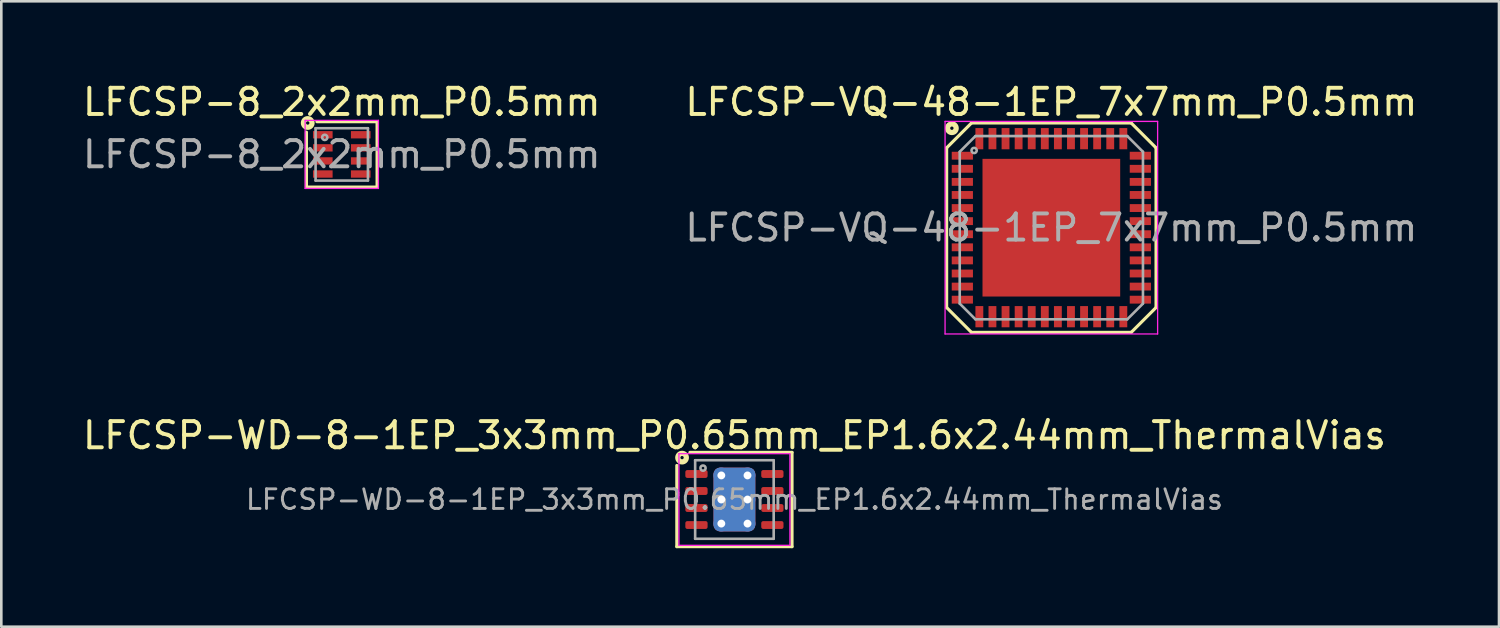
<source format=kicad_pcb>
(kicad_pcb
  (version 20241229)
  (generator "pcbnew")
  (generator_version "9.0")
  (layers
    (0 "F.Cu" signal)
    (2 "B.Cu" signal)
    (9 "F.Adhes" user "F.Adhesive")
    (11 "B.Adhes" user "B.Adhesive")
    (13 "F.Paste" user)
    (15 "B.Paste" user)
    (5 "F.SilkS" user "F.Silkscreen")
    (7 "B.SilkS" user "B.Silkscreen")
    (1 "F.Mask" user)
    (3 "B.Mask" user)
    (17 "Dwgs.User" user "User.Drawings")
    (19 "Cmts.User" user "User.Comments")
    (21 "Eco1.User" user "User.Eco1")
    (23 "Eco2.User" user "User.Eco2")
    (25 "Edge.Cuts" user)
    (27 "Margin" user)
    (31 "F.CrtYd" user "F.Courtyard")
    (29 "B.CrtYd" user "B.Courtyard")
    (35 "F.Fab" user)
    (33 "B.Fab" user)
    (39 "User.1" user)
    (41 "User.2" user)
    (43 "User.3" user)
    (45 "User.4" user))
  (footprint "LFCSP-8_2x2mm_P0.5mm"
    (layer "F.Cu")
    (at 10.006 2.848)
    (property "Reference" "LFCSP-8_2x2mm_P0.5mm" (at 0 -2 0) (layer "F.SilkS") (effects (font (size 1 1) (thickness 0.15))))
    (attr smd)
    (fp_line (start -1.35 1.25) (end -1.35 -0.85) (stroke (width 0.12) (type solid)) (layer "F.SilkS"))
    (fp_line (start -0.95 -1.25) (end 1.35 -1.25) (stroke (width 0.12) (type solid)) (layer "F.SilkS"))
    (fp_line (start 1.35 -1.25) (end 1.35 1.25) (stroke (width 0.12) (type solid)) (layer "F.SilkS"))
    (fp_line (start 1.35 1.25) (end -1.35 1.25) (stroke (width 0.12) (type solid)) (layer "F.SilkS"))
    (fp_circle (center -1.3 -1.2) (end -1.236 -1.2) (stroke (width 0.2) (type solid)) (fill no) (layer "F.SilkS"))
    (fp_line (start -1.4 -1.3) (end 1.4 -1.3) (stroke (width 0.05) (type solid)) (layer "F.CrtYd"))
    (fp_line (start -1.4 1.3) (end -1.4 -1.3) (stroke (width 0.05) (type solid)) (layer "F.CrtYd"))
    (fp_line (start 1.4 -1.3) (end 1.4 1.3) (stroke (width 0.05) (type solid)) (layer "F.CrtYd"))
    (fp_line (start 1.4 1.3) (end -1.4 1.3) (stroke (width 0.05) (type solid)) (layer "F.CrtYd"))
    (fp_line (start -1 -1) (end -1 1) (stroke (width 0.1) (type solid)) (layer "F.Fab"))
    (fp_line (start -1 -1) (end 1 -1) (stroke (width 0.1) (type solid)) (layer "F.Fab"))
    (fp_line (start 1 1) (end -1 1) (stroke (width 0.1) (type solid)) (layer "F.Fab"))
    (fp_line (start 1 1) (end 1 -1) (stroke (width 0.1) (type solid)) (layer "F.Fab"))
    (fp_circle (center -0.65 -0.65) (end -0.55 -0.65) (stroke (width 0.1) (type solid)) (fill no) (layer "F.Fab"))
    (fp_text user "${REFERENCE}" (at 0 0 180) (layer "F.Fab") (effects (font (size 1 1) (thickness 0.15))))
    (pad "1" smd rect (at -0.725 -0.75) (size 0.75 0.28) (layers "F.Cu" "F.Mask" "F.Paste"))
    (pad "2" smd rect (at -0.725 -0.25) (size 0.75 0.28) (layers "F.Cu" "F.Mask" "F.Paste"))
    (pad "3" smd rect (at -0.725 0.25) (size 0.75 0.28) (layers "F.Cu" "F.Mask" "F.Paste"))
    (pad "4" smd rect (at -0.725 0.75) (size 0.75 0.28) (layers "F.Cu" "F.Mask" "F.Paste"))
    (pad "5" smd rect (at 0.725 0.75) (size 0.75 0.28) (layers "F.Cu" "F.Mask" "F.Paste"))
    (pad "6" smd rect (at 0.725 0.25) (size 0.75 0.28) (layers "F.Cu" "F.Mask" "F.Paste"))
    (pad "7" smd rect (at 0.725 -0.25) (size 0.75 0.28) (layers "F.Cu" "F.Mask" "F.Paste"))
    (pad "8" smd rect (at 0.725 -0.75) (size 0.75 0.28) (layers "F.Cu" "F.Mask" "F.Paste")))
  (footprint "LFCSP-WD-8-1EP_3x3mm_P0.65mm_EP1.6x2.44mm_ThermalVias"
    (layer "F.Cu")
    (at 25.006 16.032)
    (property "Reference" "LFCSP-WD-8-1EP_3x3mm_P0.65mm_EP1.6x2.44mm_ThermalVias" (at 0 -2.45 0) (layer "F.SilkS") (effects (font (size 1 1) (thickness 0.15))))
    (attr smd)
    (fp_line (start -2.2 1.8) (end -2.2 -1.3) (stroke (width 0.12) (type solid)) (layer "F.SilkS"))
    (fp_line (start 2.2 -1.8) (end -1.7 -1.8) (stroke (width 0.12) (type solid)) (layer "F.SilkS"))
    (fp_line (start 2.2 -1.8) (end 2.2 1.8) (stroke (width 0.12) (type solid)) (layer "F.SilkS"))
    (fp_line (start 2.2 1.8) (end -2.2 1.8) (stroke (width 0.12) (type solid)) (layer "F.SilkS"))
    (fp_circle (center -2 -1.6) (end -1.937 -1.6) (stroke (width 0.2) (type solid)) (fill no) (layer "F.SilkS"))
    (fp_line (start -2.12 -1.75) (end -2.12 1.75) (stroke (width 0.05) (type solid)) (layer "F.CrtYd"))
    (fp_line (start -2.12 1.75) (end 2.12 1.75) (stroke (width 0.05) (type solid)) (layer "F.CrtYd"))
    (fp_line (start 2.12 -1.75) (end -2.12 -1.75) (stroke (width 0.05) (type solid)) (layer "F.CrtYd"))
    (fp_line (start 2.12 1.75) (end 2.12 -1.75) (stroke (width 0.05) (type solid)) (layer "F.CrtYd"))
    (fp_line (start -1.5 -1.5) (end 1.5 -1.5) (stroke (width 0.1) (type solid)) (layer "F.Fab"))
    (fp_line (start -1.5 1.5) (end -1.5 -1.5) (stroke (width 0.1) (type solid)) (layer "F.Fab"))
    (fp_line (start 1.5 -1.5) (end 1.5 1.5) (stroke (width 0.1) (type solid)) (layer "F.Fab"))
    (fp_line (start 1.5 1.5) (end -1.5 1.5) (stroke (width 0.1) (type solid)) (layer "F.Fab"))
    (fp_circle (center -1.2 -1.2) (end -1.1 -1.2) (stroke (width 0.1) (type solid)) (fill no) (layer "F.Fab"))
    (fp_text user "${REFERENCE}" (at 0 0 0) (layer "F.Fab") (effects (font (size 0.75 0.75) (thickness 0.11))))
    (pad "" smd roundrect (at 0 -0.55) (size 1.4 0.9) (layers "F.Paste") (roundrect_rratio 0.25))
    (pad "" smd roundrect (at 0 0.55) (size 1.4 0.9) (layers "F.Paste") (roundrect_rratio 0.25))
    (pad "1" smd roundrect (at -1.45 -0.975) (size 0.85 0.3) (layers "F.Cu" "F.Mask" "F.Paste") (roundrect_rratio 0.25))
    (pad "2" smd roundrect (at -1.45 -0.325) (size 0.85 0.3) (layers "F.Cu" "F.Mask" "F.Paste") (roundrect_rratio 0.25))
    (pad "3" smd roundrect (at -1.45 0.325) (size 0.85 0.3) (layers "F.Cu" "F.Mask" "F.Paste") (roundrect_rratio 0.25))
    (pad "4" smd roundrect (at -1.45 0.975) (size 0.85 0.3) (layers "F.Cu" "F.Mask" "F.Paste") (roundrect_rratio 0.25))
    (pad "5" smd roundrect (at 1.45 0.975) (size 0.85 0.3) (layers "F.Cu" "F.Mask" "F.Paste") (roundrect_rratio 0.25))
    (pad "6" smd roundrect (at 1.45 0.325) (size 0.85 0.3) (layers "F.Cu" "F.Mask" "F.Paste") (roundrect_rratio 0.25))
    (pad "7" smd roundrect (at 1.45 -0.325) (size 0.85 0.3) (layers "F.Cu" "F.Mask" "F.Paste") (roundrect_rratio 0.25))
    (pad "8" smd roundrect (at 1.45 -0.975) (size 0.85 0.3) (layers "F.Cu" "F.Mask" "F.Paste") (roundrect_rratio 0.25))
    (pad "9" thru_hole circle (at -0.5 -0.92) (size 0.6 0.6) (drill 0.3) (property pad_prop_heatsink) (layers "*.Cu"))
    (pad "9" thru_hole circle (at -0.5 0) (size 0.6 0.6) (drill 0.3) (property pad_prop_heatsink) (layers "*.Cu"))
    (pad "9" thru_hole circle (at -0.5 0.92) (size 0.6 0.6) (drill 0.3) (property pad_prop_heatsink) (layers "*.Cu"))
    (pad "9" smd roundrect (at 0 0) (size 1.6 2.44) (layers "F.Cu" "F.Mask") (roundrect_rratio 0.156))
    (pad "9" smd roundrect (at 0 0) (size 1.6 2.44) (layers "B.Cu" "B.Mask") (roundrect_rratio 0.156))
    (pad "9" thru_hole circle (at 0.5 -0.92) (size 0.6 0.6) (drill 0.3) (property pad_prop_heatsink) (layers "*.Cu"))
    (pad "9" thru_hole circle (at 0.5 0) (size 0.6 0.6) (drill 0.3) (property pad_prop_heatsink) (layers "*.Cu"))
    (pad "9" thru_hole circle (at 0.5 0.92) (size 0.6 0.6) (drill 0.3) (property pad_prop_heatsink) (layers "*.Cu")))
  (footprint "LFCSP-VQ-48-1EP_7x7mm_P0.5mm"
    (layer "F.Cu")
    (at 37.113 5.648)
    (property "Reference" "LFCSP-VQ-48-1EP_7x7mm_P0.5mm" (at 0 -4.8 0) (layer "F.SilkS") (effects (font (size 1 1) (thickness 0.15))))
    (attr smd)
    (fp_line (start -4 -3.05) (end -4 3.05) (stroke (width 0.12) (type solid)) (layer "F.SilkS"))
    (fp_line (start -4 -3.05) (end -3.05 -4) (stroke (width 0.12) (type solid)) (layer "F.SilkS"))
    (fp_line (start -4 3.05) (end -3.05 4) (stroke (width 0.12) (type solid)) (layer "F.SilkS"))
    (fp_line (start -3.05 -4) (end 3.05 -4) (stroke (width 0.12) (type solid)) (layer "F.SilkS"))
    (fp_line (start 3.05 4) (end -3.05 4) (stroke (width 0.12) (type solid)) (layer "F.SilkS"))
    (fp_line (start 4 -3.05) (end 3.05 -4) (stroke (width 0.12) (type solid)) (layer "F.SilkS"))
    (fp_line (start 4 3.05) (end 3.05 4) (stroke (width 0.12) (type solid)) (layer "F.SilkS"))
    (fp_line (start 4 3.05) (end 4 -3.05) (stroke (width 0.12) (type solid)) (layer "F.SilkS"))
    (fp_circle (center -3.8 -3.8) (end -3.736 -3.8) (stroke (width 0.2) (type solid)) (fill no) (layer "F.SilkS"))
    (fp_line (start -4.06 -4.06) (end 4.06 -4.06) (stroke (width 0.05) (type solid)) (layer "F.CrtYd"))
    (fp_line (start -4.06 4.06) (end -4.06 -4.06) (stroke (width 0.05) (type solid)) (layer "F.CrtYd"))
    (fp_line (start 4.06 -4.06) (end 4.06 4.06) (stroke (width 0.05) (type solid)) (layer "F.CrtYd"))
    (fp_line (start 4.06 4.06) (end -4.06 4.06) (stroke (width 0.05) (type solid)) (layer "F.CrtYd"))
    (fp_line (start -3.5 -2.9) (end -2.9 -3.5) (stroke (width 0.1) (type solid)) (layer "F.Fab"))
    (fp_line (start -3.5 2.9) (end -3.5 -2.9) (stroke (width 0.1) (type solid)) (layer "F.Fab"))
    (fp_line (start -2.9 -3.5) (end 2.9 -3.5) (stroke (width 0.1) (type solid)) (layer "F.Fab"))
    (fp_line (start -2.9 3.5) (end -3.5 2.9) (stroke (width 0.1) (type solid)) (layer "F.Fab"))
    (fp_line (start 2.9 -3.5) (end 3.5 -2.9) (stroke (width 0.1) (type solid)) (layer "F.Fab"))
    (fp_line (start 2.9 3.5) (end -2.9 3.5) (stroke (width 0.1) (type solid)) (layer "F.Fab"))
    (fp_line (start 2.9 3.5) (end 3.5 2.9) (stroke (width 0.1) (type solid)) (layer "F.Fab"))
    (fp_line (start 3.5 -2.9) (end 3.5 2.9) (stroke (width 0.1) (type solid)) (layer "F.Fab"))
    (fp_circle (center -2.95 -2.95) (end -2.85 -2.95) (stroke (width 0.1) (type solid)) (fill no) (layer "F.Fab"))
    (fp_text user "${REFERENCE}" (at 0 0 0) (layer "F.Fab") (effects (font (size 1 1) (thickness 0.15))))
    (pad "1" smd rect (at -3.4 -2.75) (size 0.81 0.3) (layers "F.Cu" "F.Mask" "F.Paste"))
    (pad "2" smd rect (at -3.4 -2.25) (size 0.81 0.3) (layers "F.Cu" "F.Mask" "F.Paste"))
    (pad "3" smd rect (at -3.4 -1.75) (size 0.81 0.3) (layers "F.Cu" "F.Mask" "F.Paste"))
    (pad "4" smd rect (at -3.4 -1.25) (size 0.81 0.3) (layers "F.Cu" "F.Mask" "F.Paste"))
    (pad "5" smd rect (at -3.4 -0.75) (size 0.81 0.3) (layers "F.Cu" "F.Mask" "F.Paste"))
    (pad "6" smd rect (at -3.4 -0.25) (size 0.81 0.3) (layers "F.Cu" "F.Mask" "F.Paste"))
    (pad "7" smd rect (at -3.4 0.25) (size 0.81 0.3) (layers "F.Cu" "F.Mask" "F.Paste"))
    (pad "8" smd rect (at -3.4 0.75) (size 0.81 0.3) (layers "F.Cu" "F.Mask" "F.Paste"))
    (pad "9" smd rect (at -3.4 1.25) (size 0.81 0.3) (layers "F.Cu" "F.Mask" "F.Paste"))
    (pad "10" smd rect (at -3.4 1.75) (size 0.81 0.3) (layers "F.Cu" "F.Mask" "F.Paste"))
    (pad "11" smd rect (at -3.4 2.25) (size 0.81 0.3) (layers "F.Cu" "F.Mask" "F.Paste"))
    (pad "12" smd rect (at -3.4 2.75) (size 0.81 0.3) (layers "F.Cu" "F.Mask" "F.Paste"))
    (pad "13" smd rect (at -2.75 3.4) (size 0.3 0.81) (layers "F.Cu" "F.Mask" "F.Paste"))
    (pad "14" smd rect (at -2.25 3.4) (size 0.3 0.81) (layers "F.Cu" "F.Mask" "F.Paste"))
    (pad "15" smd rect (at -1.75 3.4) (size 0.3 0.81) (layers "F.Cu" "F.Mask" "F.Paste"))
    (pad "16" smd rect (at -1.25 3.4) (size 0.3 0.81) (layers "F.Cu" "F.Mask" "F.Paste"))
    (pad "17" smd rect (at -0.75 3.4) (size 0.3 0.81) (layers "F.Cu" "F.Mask" "F.Paste"))
    (pad "18" smd rect (at -0.25 3.4) (size 0.3 0.81) (layers "F.Cu" "F.Mask" "F.Paste"))
    (pad "19" smd rect (at 0.25 3.4) (size 0.3 0.81) (layers "F.Cu" "F.Mask" "F.Paste"))
    (pad "20" smd rect (at 0.75 3.4) (size 0.3 0.81) (layers "F.Cu" "F.Mask" "F.Paste"))
    (pad "21" smd rect (at 1.25 3.4) (size 0.3 0.81) (layers "F.Cu" "F.Mask" "F.Paste"))
    (pad "22" smd rect (at 1.75 3.4) (size 0.3 0.81) (layers "F.Cu" "F.Mask" "F.Paste"))
    (pad "23" smd rect (at 2.25 3.4) (size 0.3 0.81) (layers "F.Cu" "F.Mask" "F.Paste"))
    (pad "24" smd rect (at 2.75 3.4) (size 0.3 0.81) (layers "F.Cu" "F.Mask" "F.Paste"))
    (pad "25" smd rect (at 3.4 2.75) (size 0.81 0.3) (layers "F.Cu" "F.Mask" "F.Paste"))
    (pad "26" smd rect (at 3.4 2.25) (size 0.81 0.3) (layers "F.Cu" "F.Mask" "F.Paste"))
    (pad "27" smd rect (at 3.4 1.75) (size 0.81 0.3) (layers "F.Cu" "F.Mask" "F.Paste"))
    (pad "28" smd rect (at 3.4 1.25) (size 0.81 0.3) (layers "F.Cu" "F.Mask" "F.Paste"))
    (pad "29" smd rect (at 3.4 0.75) (size 0.81 0.3) (layers "F.Cu" "F.Mask" "F.Paste"))
    (pad "30" smd rect (at 3.4 0.25) (size 0.81 0.3) (layers "F.Cu" "F.Mask" "F.Paste"))
    (pad "31" smd rect (at 3.4 -0.25) (size 0.81 0.3) (layers "F.Cu" "F.Mask" "F.Paste"))
    (pad "32" smd rect (at 3.4 -0.75) (size 0.81 0.3) (layers "F.Cu" "F.Mask" "F.Paste"))
    (pad "33" smd rect (at 3.4 -1.25) (size 0.81 0.3) (layers "F.Cu" "F.Mask" "F.Paste"))
    (pad "34" smd rect (at 3.4 -1.75) (size 0.81 0.3) (layers "F.Cu" "F.Mask" "F.Paste"))
    (pad "35" smd rect (at 3.4 -2.25) (size 0.81 0.3) (layers "F.Cu" "F.Mask" "F.Paste"))
    (pad "36" smd rect (at 3.4 -2.75) (size 0.81 0.3) (layers "F.Cu" "F.Mask" "F.Paste"))
    (pad "37" smd rect (at 2.75 -3.4) (size 0.3 0.81) (layers "F.Cu" "F.Mask" "F.Paste"))
    (pad "38" smd rect (at 2.25 -3.4) (size 0.3 0.81) (layers "F.Cu" "F.Mask" "F.Paste"))
    (pad "39" smd rect (at 1.75 -3.4) (size 0.3 0.81) (layers "F.Cu" "F.Mask" "F.Paste"))
    (pad "40" smd rect (at 1.25 -3.4) (size 0.3 0.81) (layers "F.Cu" "F.Mask" "F.Paste"))
    (pad "41" smd rect (at 0.75 -3.4) (size 0.3 0.81) (layers "F.Cu" "F.Mask" "F.Paste"))
    (pad "42" smd rect (at 0.25 -3.4) (size 0.3 0.81) (layers "F.Cu" "F.Mask" "F.Paste"))
    (pad "43" smd rect (at -0.25 -3.4) (size 0.3 0.81) (layers "F.Cu" "F.Mask" "F.Paste"))
    (pad "44" smd rect (at -0.75 -3.4) (size 0.3 0.81) (layers "F.Cu" "F.Mask" "F.Paste"))
    (pad "45" smd rect (at -1.25 -3.4) (size 0.3 0.81) (layers "F.Cu" "F.Mask" "F.Paste"))
    (pad "46" smd rect (at -1.75 -3.4) (size 0.3 0.81) (layers "F.Cu" "F.Mask" "F.Paste"))
    (pad "47" smd rect (at -2.25 -3.4) (size 0.3 0.81) (layers "F.Cu" "F.Mask" "F.Paste"))
    (pad "48" smd rect (at -2.75 -3.4) (size 0.3 0.81) (layers "F.Cu" "F.Mask" "F.Paste"))
    (pad "49" smd rect (at 0 0) (size 5.26 5.26) (layers "F.Cu" "F.Mask" "F.Paste")))
  (gr_rect
    (start -3 -3)
    (end 54.214 20.892)
    (stroke (width 0.1) (type default))
    (fill no)
    (layer "Edge.Cuts")))
</source>
